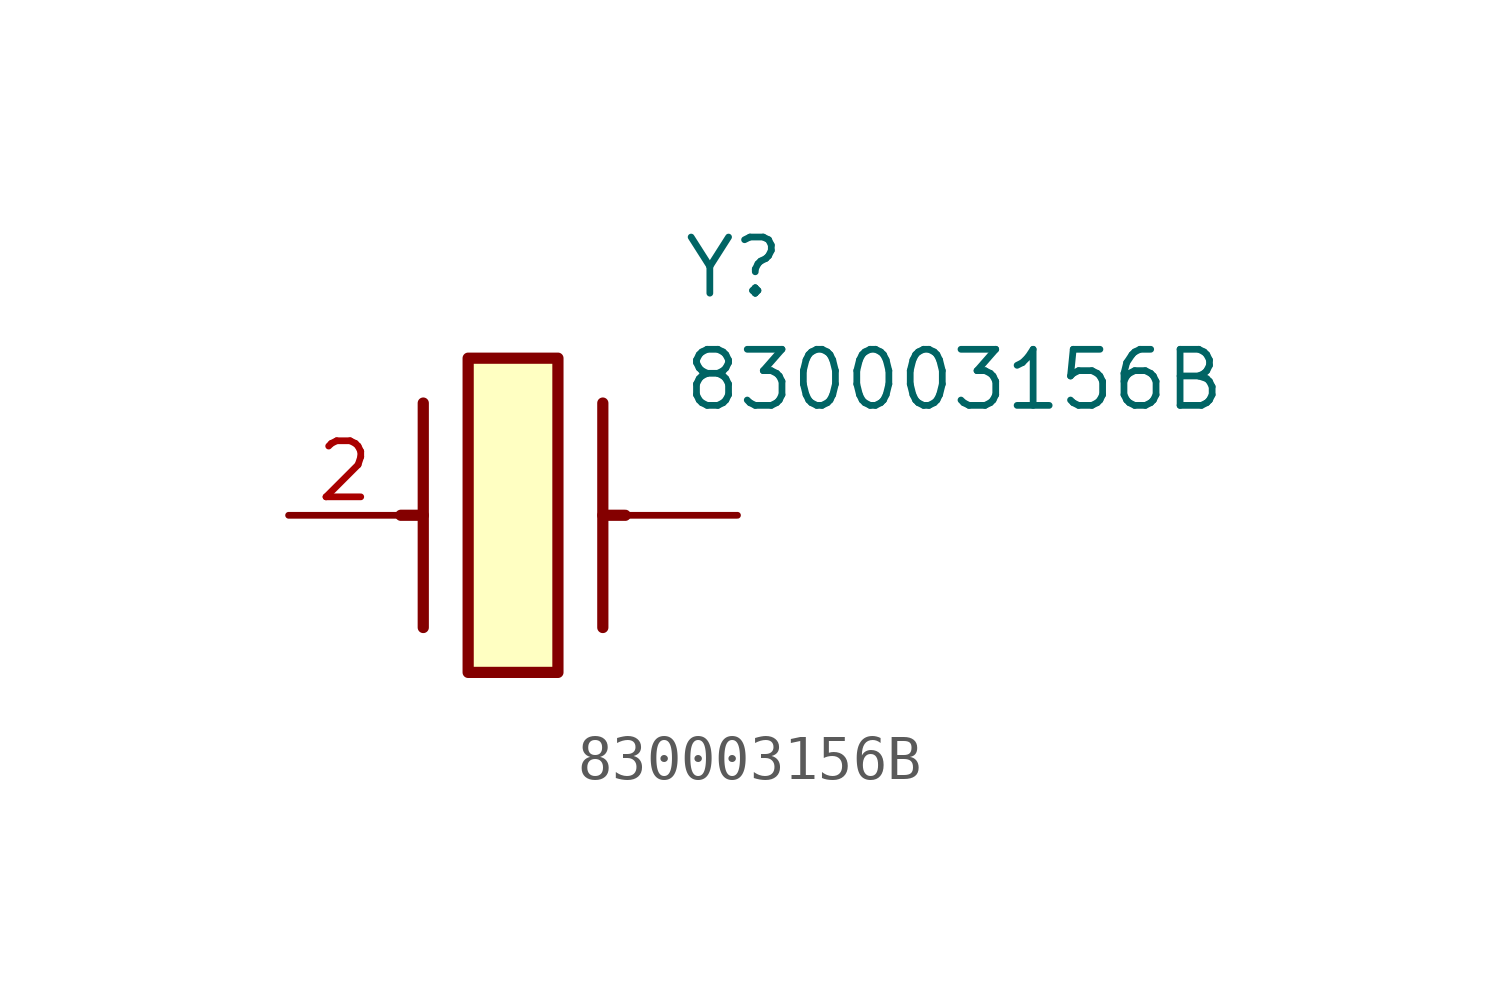
<source format=kicad_sym>
(kicad_symbol_lib
  (version 20211014)
  (generator SamacSys_ECAD_Model)
  (symbol "830003156B"
    (pin_names hide)
    (property "Reference" "Y"
      (at 8.89 6.35 0)
      (effects (font (size 1.27 1.27)) (justify left top)))
    (property "Value" "830003156B"
      (at 8.89 3.81 0)
      (effects (font (size 1.27 1.27)) (justify left top)))
    (rectangle
      (start 4.064 3.556)
      (end 6.096 -3.556)
      (stroke (width 0.254) (type default))
      (fill (type background)))
    (polyline
      (pts (xy 3.048 2.54) (xy 3.048 -2.54))
      (stroke (width 0.254) (type default))
      (fill (type none)))
    (polyline
      (pts (xy 7.112 2.54) (xy 7.112 -2.54))
      (stroke (width 0.254) (type default))
      (fill (type none)))
    (polyline
      (pts (xy 7.112 0) (xy 7.62 0))
      (stroke (width 0.254) (type default))
      (fill (type none)))
    (polyline
      (pts (xy 3.048 0) (xy 2.54 0))
      (stroke (width 0.254) (type default))
      (fill (type none)))
    (pin passive line
      (at 0 0 0)
      (length 2.54)
      (name "CRYSTAL_2" (effects (font (size 1.27 1.27))))
      (number "2" (effects (font (size 1.27 1.27)))))
    (pin passive line
      (at 10.16 0 180)
      (length 2.54)
      (name "" (effects (font (size 1.27 1.27))))
      (number "" (effects (font (size 1.27 1.27)))))))
</source>
